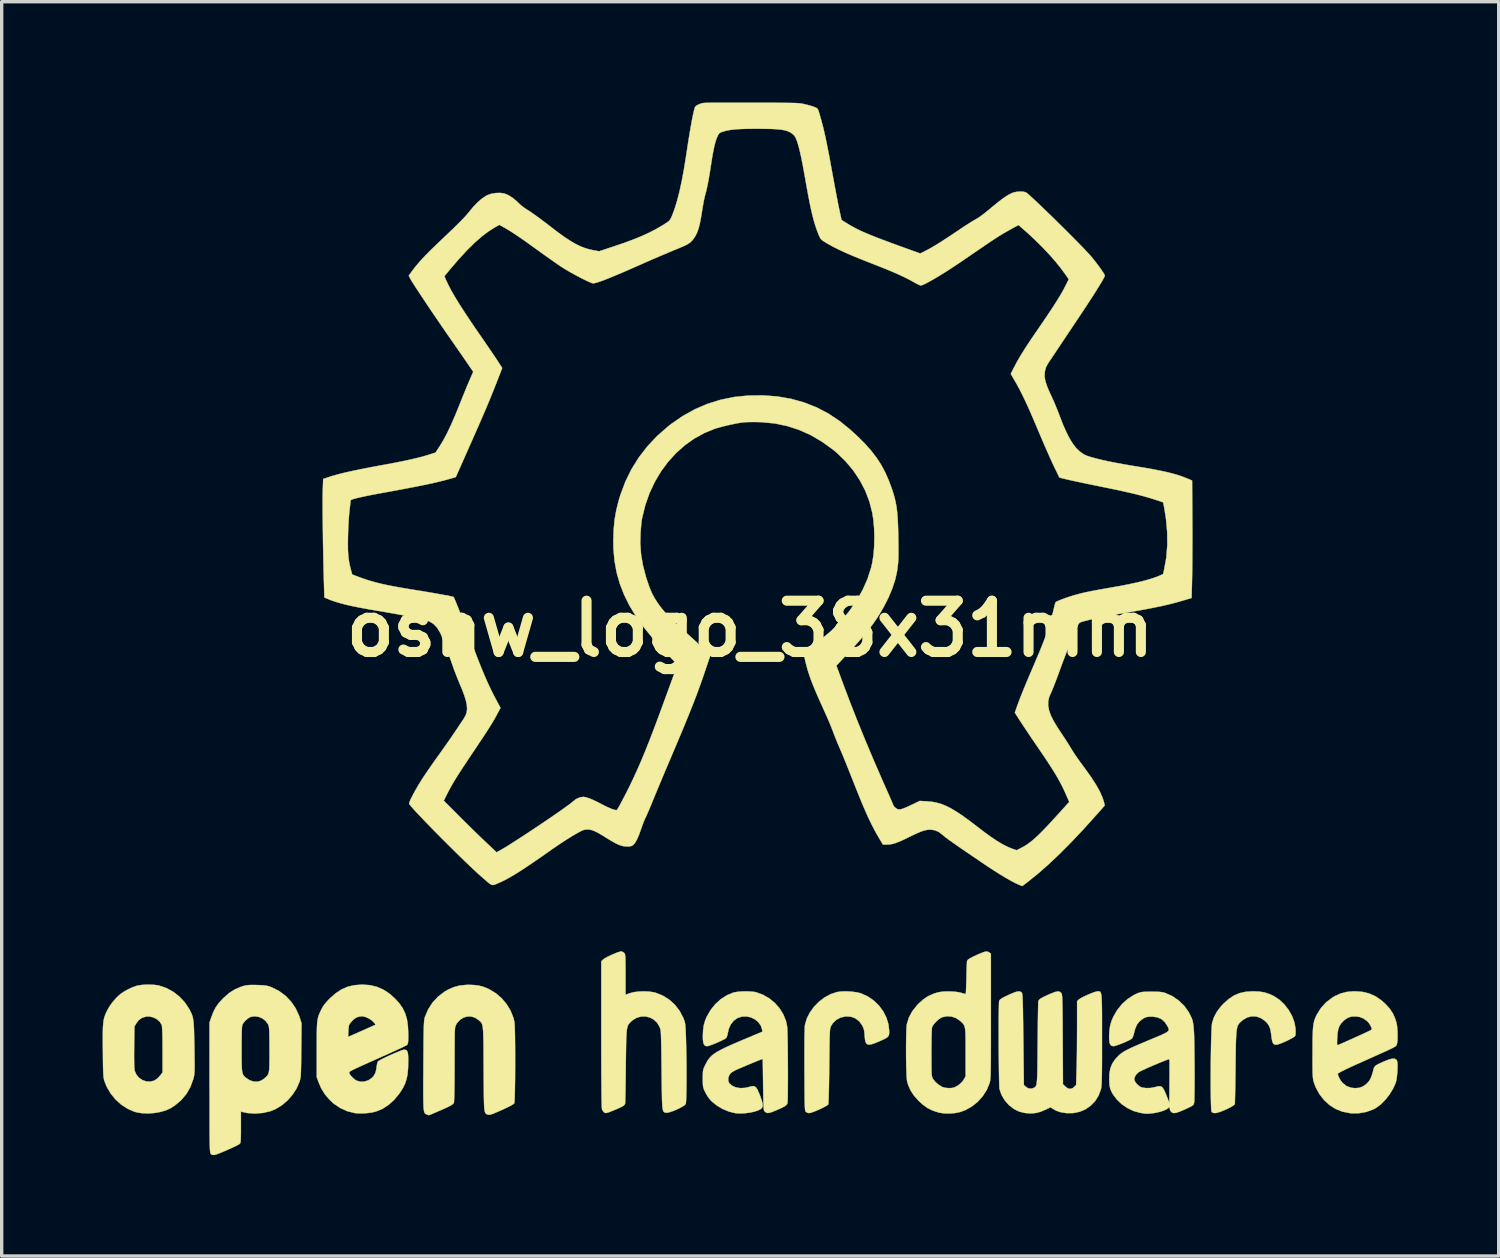
<source format=kicad_pcb>
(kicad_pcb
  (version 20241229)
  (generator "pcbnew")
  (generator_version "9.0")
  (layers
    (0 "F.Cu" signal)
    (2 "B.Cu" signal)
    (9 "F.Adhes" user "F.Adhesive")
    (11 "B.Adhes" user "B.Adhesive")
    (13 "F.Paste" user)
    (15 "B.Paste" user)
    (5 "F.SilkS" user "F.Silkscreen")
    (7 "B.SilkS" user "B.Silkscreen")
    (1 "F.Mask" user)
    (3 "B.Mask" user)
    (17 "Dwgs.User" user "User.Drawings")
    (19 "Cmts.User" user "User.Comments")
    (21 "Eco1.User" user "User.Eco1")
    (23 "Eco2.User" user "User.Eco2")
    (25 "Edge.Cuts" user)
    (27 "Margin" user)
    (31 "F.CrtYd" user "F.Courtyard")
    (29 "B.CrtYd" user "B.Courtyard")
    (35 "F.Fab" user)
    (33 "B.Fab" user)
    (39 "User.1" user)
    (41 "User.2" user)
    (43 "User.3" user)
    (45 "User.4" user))
  (footprint "oshw_logo_38x31mm"
    (layer "F.Cu")
    (at 19.243 15.636)
    (property "Reference" "oshw_logo_38x31mm" (at 0 0 0) (layer "F.SilkS") (effects (font (size 1.524 1.524) (thickness 0.3))))
    (attr through_hole)
    (fp_poly (pts (xy 15.133 10.782) (xy 15.288 10.807) (xy 15.433 10.855) (xy 15.562 10.915) (xy 15.726 11.023) (xy 15.874 11.162) (xy 16.001 11.325) (xy 16.103 11.505) (xy 16.173 11.692) (xy 16.208 11.881) (xy 16.209 11.898) (xy 16.211 11.989) (xy 16.206 12.062) (xy 16.196 12.101) (xy 16.167 12.127) (xy 16.109 12.163) (xy 16.029 12.205) (xy 15.937 12.25) (xy 15.843 12.292) (xy 15.755 12.328) (xy 15.684 12.352) (xy 15.637 12.361) (xy 15.637 12.361) (xy 15.59 12.357) (xy 15.556 12.338) (xy 15.53 12.301) (xy 15.511 12.237) (xy 15.495 12.143) (xy 15.482 12.034) (xy 15.46 11.902) (xy 15.42 11.798) (xy 15.356 11.709) (xy 15.299 11.653) (xy 15.176 11.568) (xy 15.044 11.522) (xy 14.908 11.516) (xy 14.773 11.55) (xy 14.645 11.623) (xy 14.578 11.68) (xy 14.548 11.71) (xy 14.523 11.739) (xy 14.502 11.772) (xy 14.484 11.811) (xy 14.47 11.862) (xy 14.459 11.926) (xy 14.45 12.008) (xy 14.443 12.111) (xy 14.437 12.239) (xy 14.433 12.396) (xy 14.43 12.584) (xy 14.427 12.809) (xy 14.425 13.028) (xy 14.422 13.237) (xy 14.419 13.433) (xy 14.417 13.613) (xy 14.413 13.773) (xy 14.41 13.908) (xy 14.407 14.014) (xy 14.405 14.087) (xy 14.402 14.122) (xy 14.402 14.124) (xy 14.376 14.154) (xy 14.318 14.194) (xy 14.238 14.238) (xy 14.144 14.283) (xy 14.046 14.325) (xy 13.951 14.361) (xy 13.87 14.385) (xy 13.81 14.393) (xy 13.753 14.383) (xy 13.713 14.358) (xy 13.707 14.329) (xy 13.701 14.262) (xy 13.697 14.162) (xy 13.693 14.033) (xy 13.69 13.88) (xy 13.688 13.707) (xy 13.687 13.519) (xy 13.687 13.32) (xy 13.688 13.114) (xy 13.689 12.907) (xy 13.692 12.703) (xy 13.695 12.505) (xy 13.698 12.32) (xy 13.703 12.15) (xy 13.708 12.002) (xy 13.713 11.878) (xy 13.72 11.785) (xy 13.727 11.725) (xy 13.728 11.716) (xy 13.785 11.541) (xy 13.87 11.381) (xy 13.988 11.226) (xy 14.065 11.143) (xy 14.222 11.002) (xy 14.379 10.898) (xy 14.544 10.828) (xy 14.726 10.788) (xy 14.935 10.774) (xy 14.954 10.774) (xy 15.133 10.782)) (stroke (width 0.01) (type solid)) (fill yes) (layer "F.SilkS"))
    (fp_poly (pts (xy 2.999 10.782) (xy 3.145 10.8) (xy 3.269 10.827) (xy 3.301 10.838) (xy 3.498 10.928) (xy 3.675 11.05) (xy 3.829 11.199) (xy 3.955 11.37) (xy 4.05 11.557) (xy 4.11 11.756) (xy 4.131 11.937) (xy 4.131 12.01) (xy 4.125 12.066) (xy 4.105 12.11) (xy 4.066 12.147) (xy 4.004 12.184) (xy 3.911 12.228) (xy 3.828 12.264) (xy 3.694 12.319) (xy 3.593 12.351) (xy 3.518 12.358) (xy 3.467 12.338) (xy 3.434 12.29) (xy 3.414 12.211) (xy 3.403 12.099) (xy 3.402 12.083) (xy 3.393 11.979) (xy 3.379 11.902) (xy 3.354 11.834) (xy 3.331 11.788) (xy 3.243 11.667) (xy 3.133 11.58) (xy 3.004 11.53) (xy 2.858 11.519) (xy 2.837 11.52) (xy 2.689 11.553) (xy 2.561 11.62) (xy 2.458 11.72) (xy 2.408 11.798) (xy 2.398 11.818) (xy 2.389 11.84) (xy 2.382 11.867) (xy 2.376 11.902) (xy 2.371 11.949) (xy 2.367 12.013) (xy 2.364 12.096) (xy 2.361 12.202) (xy 2.358 12.336) (xy 2.356 12.499) (xy 2.354 12.697) (xy 2.351 12.933) (xy 2.351 12.996) (xy 2.348 13.21) (xy 2.345 13.411) (xy 2.342 13.595) (xy 2.338 13.759) (xy 2.334 13.899) (xy 2.33 14.01) (xy 2.327 14.088) (xy 2.323 14.129) (xy 2.321 14.135) (xy 2.29 14.161) (xy 2.228 14.198) (xy 2.145 14.241) (xy 2.05 14.286) (xy 1.954 14.327) (xy 1.865 14.362) (xy 1.792 14.385) (xy 1.748 14.393) (xy 1.696 14.38) (xy 1.662 14.36) (xy 1.653 14.352) (xy 1.645 14.341) (xy 1.639 14.324) (xy 1.633 14.296) (xy 1.629 14.256) (xy 1.625 14.199) (xy 1.623 14.122) (xy 1.62 14.022) (xy 1.619 13.896) (xy 1.617 13.74) (xy 1.616 13.551) (xy 1.615 13.326) (xy 1.613 13.109) (xy 1.613 12.831) (xy 1.613 12.581) (xy 1.613 12.359) (xy 1.615 12.169) (xy 1.618 12.012) (xy 1.621 11.892) (xy 1.625 11.809) (xy 1.629 11.771) (xy 1.683 11.585) (xy 1.774 11.404) (xy 1.896 11.236) (xy 2.043 11.085) (xy 2.209 10.958) (xy 2.39 10.859) (xy 2.578 10.796) (xy 2.585 10.795) (xy 2.704 10.779) (xy 2.846 10.775) (xy 2.999 10.782)) (stroke (width 0.01) (type solid)) (fill yes) (layer "F.SilkS"))
    (fp_poly (pts (xy -17.697 10.583) (xy -17.587 10.598) (xy -17.568 10.602) (xy -17.351 10.676) (xy -17.148 10.786) (xy -16.963 10.93) (xy -16.802 11.101) (xy -16.671 11.297) (xy -16.646 11.345) (xy -16.617 11.404) (xy -16.593 11.459) (xy -16.574 11.515) (xy -16.559 11.577) (xy -16.547 11.649) (xy -16.538 11.737) (xy -16.531 11.845) (xy -16.526 11.978) (xy -16.522 12.142) (xy -16.518 12.34) (xy -16.516 12.446) (xy -16.513 12.648) (xy -16.511 12.813) (xy -16.51 12.945) (xy -16.51 13.05) (xy -16.512 13.133) (xy -16.516 13.198) (xy -16.521 13.25) (xy -16.528 13.295) (xy -16.538 13.338) (xy -16.549 13.383) (xy -16.551 13.388) (xy -16.635 13.617) (xy -16.754 13.824) (xy -16.908 14.007) (xy -17.097 14.166) (xy -17.23 14.251) (xy -17.365 14.312) (xy -17.529 14.359) (xy -17.709 14.39) (xy -17.895 14.403) (xy -18.073 14.395) (xy -18.076 14.395) (xy -18.165 14.382) (xy -18.25 14.365) (xy -18.299 14.352) (xy -18.5 14.265) (xy -18.689 14.142) (xy -18.859 13.989) (xy -19.004 13.811) (xy -19.12 13.613) (xy -19.182 13.462) (xy -19.194 13.424) (xy -19.204 13.387) (xy -19.212 13.345) (xy -19.218 13.293) (xy -19.223 13.227) (xy -19.227 13.142) (xy -19.23 13.034) (xy -19.232 12.897) (xy -19.234 12.727) (xy -19.235 12.651) (xy -18.308 12.651) (xy -18.307 12.827) (xy -18.305 12.963) (xy -18.3 13.062) (xy -18.292 13.126) (xy -18.289 13.139) (xy -18.24 13.251) (xy -18.162 13.343) (xy -18.063 13.41) (xy -17.951 13.45) (xy -17.835 13.458) (xy -17.722 13.432) (xy -17.686 13.414) (xy -17.622 13.368) (xy -17.557 13.305) (xy -17.532 13.275) (xy -17.462 13.184) (xy -17.462 12.509) (xy -17.463 12.303) (xy -17.465 12.127) (xy -17.469 11.983) (xy -17.474 11.874) (xy -17.48 11.803) (xy -17.485 11.775) (xy -17.542 11.681) (xy -17.629 11.603) (xy -17.737 11.548) (xy -17.855 11.521) (xy -17.944 11.523) (xy -18.068 11.559) (xy -18.169 11.63) (xy -18.24 11.722) (xy -18.298 11.82) (xy -18.306 12.435) (xy -18.308 12.651) (xy -19.235 12.651) (xy -19.236 12.536) (xy -19.238 12.314) (xy -19.238 12.13) (xy -19.237 11.978) (xy -19.234 11.854) (xy -19.227 11.751) (xy -19.218 11.666) (xy -19.204 11.593) (xy -19.186 11.528) (xy -19.163 11.465) (xy -19.134 11.399) (xy -19.103 11.334) (xy -19.031 11.21) (xy -18.935 11.08) (xy -18.825 10.956) (xy -18.714 10.855) (xy -18.701 10.845) (xy -18.598 10.776) (xy -18.475 10.709) (xy -18.347 10.651) (xy -18.231 10.61) (xy -18.203 10.603) (xy -18.098 10.586) (xy -17.968 10.577) (xy -17.829 10.576) (xy -17.697 10.583)) (stroke (width 0.01) (type solid)) (fill yes) (layer "F.SilkS"))
    (fp_poly (pts (xy 7.053 9.594) (xy 7.095 9.613) (xy 7.107 9.621) (xy 7.154 9.654) (xy 7.154 11.514) (xy 7.154 11.837) (xy 7.154 12.121) (xy 7.154 12.369) (xy 7.153 12.582) (xy 7.153 12.765) (xy 7.152 12.919) (xy 7.15 13.047) (xy 7.148 13.153) (xy 7.146 13.239) (xy 7.143 13.308) (xy 7.139 13.362) (xy 7.135 13.405) (xy 7.13 13.44) (xy 7.124 13.468) (xy 7.117 13.493) (xy 7.113 13.508) (xy 7.03 13.707) (xy 6.911 13.891) (xy 6.763 14.056) (xy 6.59 14.195) (xy 6.399 14.302) (xy 6.246 14.359) (xy 6.095 14.391) (xy 5.927 14.405) (xy 5.761 14.401) (xy 5.614 14.379) (xy 5.596 14.374) (xy 5.42 14.316) (xy 5.269 14.241) (xy 5.129 14.14) (xy 5.004 14.025) (xy 4.868 13.872) (xy 4.767 13.718) (xy 4.694 13.552) (xy 4.667 13.461) (xy 4.659 13.408) (xy 4.652 13.319) (xy 4.646 13.201) (xy 4.641 13.059) (xy 4.637 12.899) (xy 4.635 12.729) (xy 4.634 12.605) (xy 5.387 12.605) (xy 5.387 12.795) (xy 5.387 12.948) (xy 5.388 13.068) (xy 5.39 13.159) (xy 5.393 13.228) (xy 5.398 13.278) (xy 5.405 13.314) (xy 5.413 13.34) (xy 5.424 13.362) (xy 5.436 13.382) (xy 5.507 13.47) (xy 5.603 13.552) (xy 5.706 13.615) (xy 5.718 13.62) (xy 5.8 13.642) (xy 5.901 13.651) (xy 6 13.646) (xy 6.068 13.63) (xy 6.186 13.567) (xy 6.288 13.478) (xy 6.346 13.4) (xy 6.403 13.303) (xy 6.403 12.584) (xy 6.403 12.381) (xy 6.402 12.215) (xy 6.4 12.083) (xy 6.396 11.979) (xy 6.389 11.898) (xy 6.377 11.836) (xy 6.361 11.789) (xy 6.339 11.75) (xy 6.311 11.717) (xy 6.275 11.683) (xy 6.236 11.648) (xy 6.118 11.569) (xy 5.986 11.524) (xy 5.849 11.514) (xy 5.717 11.541) (xy 5.683 11.554) (xy 5.613 11.598) (xy 5.539 11.662) (xy 5.471 11.735) (xy 5.421 11.806) (xy 5.404 11.847) (xy 5.4 11.882) (xy 5.396 11.954) (xy 5.393 12.057) (xy 5.39 12.186) (xy 5.388 12.335) (xy 5.387 12.5) (xy 5.387 12.605) (xy 4.634 12.605) (xy 4.634 12.554) (xy 4.634 12.381) (xy 4.636 12.215) (xy 4.639 12.064) (xy 4.643 11.933) (xy 4.649 11.829) (xy 4.656 11.758) (xy 4.659 11.743) (xy 4.72 11.547) (xy 4.822 11.361) (xy 4.964 11.183) (xy 5.004 11.142) (xy 5.148 11.013) (xy 5.292 10.916) (xy 5.448 10.846) (xy 5.588 10.803) (xy 5.695 10.786) (xy 5.826 10.777) (xy 5.968 10.779) (xy 6.105 10.788) (xy 6.225 10.807) (xy 6.294 10.825) (xy 6.354 10.844) (xy 6.396 10.852) (xy 6.407 10.851) (xy 6.41 10.828) (xy 6.414 10.769) (xy 6.418 10.679) (xy 6.422 10.567) (xy 6.426 10.436) (xy 6.427 10.379) (xy 6.431 10.241) (xy 6.434 10.115) (xy 6.438 10.008) (xy 6.442 9.928) (xy 6.445 9.88) (xy 6.446 9.872) (xy 6.467 9.84) (xy 6.521 9.8) (xy 6.61 9.752) (xy 6.735 9.693) (xy 6.852 9.643) (xy 6.942 9.608) (xy 7.005 9.592) (xy 7.053 9.594)) (stroke (width 0.01) (type solid)) (fill yes) (layer "F.SilkS"))
    (fp_poly (pts (xy -14.701 10.586) (xy -14.643 10.588) (xy -14.522 10.592) (xy -14.431 10.599) (xy -14.36 10.61) (xy -14.298 10.626) (xy -14.233 10.649) (xy -14.213 10.657) (xy -13.998 10.766) (xy -13.805 10.91) (xy -13.64 11.083) (xy -13.505 11.282) (xy -13.403 11.504) (xy -13.387 11.551) (xy -13.332 11.723) (xy -13.34 12.524) (xy -13.342 12.731) (xy -13.344 12.9) (xy -13.347 13.036) (xy -13.35 13.144) (xy -13.353 13.229) (xy -13.358 13.295) (xy -13.365 13.347) (xy -13.373 13.389) (xy -13.382 13.427) (xy -13.394 13.462) (xy -13.479 13.66) (xy -13.598 13.845) (xy -13.745 14.013) (xy -13.912 14.156) (xy -14.094 14.268) (xy -14.263 14.338) (xy -14.484 14.388) (xy -14.712 14.406) (xy -14.936 14.391) (xy -15.087 14.359) (xy -15.134 14.346) (xy -15.134 14.811) (xy -15.134 14.964) (xy -15.136 15.081) (xy -15.138 15.166) (xy -15.142 15.226) (xy -15.148 15.265) (xy -15.157 15.29) (xy -15.169 15.305) (xy -15.171 15.307) (xy -15.209 15.331) (xy -15.278 15.367) (xy -15.369 15.411) (xy -15.474 15.459) (xy -15.585 15.508) (xy -15.693 15.554) (xy -15.789 15.593) (xy -15.866 15.621) (xy -15.914 15.636) (xy -15.917 15.636) (xy -15.981 15.636) (xy -16.025 15.61) (xy -16.029 15.606) (xy -16.035 15.597) (xy -16.04 15.583) (xy -16.045 15.562) (xy -16.049 15.53) (xy -16.053 15.486) (xy -16.056 15.427) (xy -16.059 15.35) (xy -16.061 15.253) (xy -16.062 15.133) (xy -16.063 14.987) (xy -16.064 14.813) (xy -16.065 14.608) (xy -16.065 14.369) (xy -16.065 14.095) (xy -16.065 13.782) (xy -16.066 13.633) (xy -16.066 12.488) (xy -15.113 12.488) (xy -15.113 12.686) (xy -15.112 12.846) (xy -15.11 12.973) (xy -15.105 13.071) (xy -15.098 13.147) (xy -15.087 13.203) (xy -15.072 13.246) (xy -15.051 13.279) (xy -15.025 13.308) (xy -14.992 13.337) (xy -14.981 13.346) (xy -14.869 13.419) (xy -14.75 13.457) (xy -14.633 13.459) (xy -14.535 13.428) (xy -14.471 13.389) (xy -14.41 13.34) (xy -14.407 13.338) (xy -14.374 13.306) (xy -14.347 13.276) (xy -14.326 13.243) (xy -14.31 13.201) (xy -14.299 13.147) (xy -14.291 13.076) (xy -14.287 12.981) (xy -14.285 12.86) (xy -14.284 12.706) (xy -14.285 12.516) (xy -14.285 12.495) (xy -14.285 12.308) (xy -14.287 12.159) (xy -14.288 12.043) (xy -14.291 11.954) (xy -14.295 11.887) (xy -14.301 11.839) (xy -14.308 11.802) (xy -14.318 11.774) (xy -14.329 11.748) (xy -14.401 11.651) (xy -14.498 11.577) (xy -14.611 11.531) (xy -14.731 11.515) (xy -14.846 11.535) (xy -14.852 11.537) (xy -14.92 11.576) (xy -14.992 11.637) (xy -15.055 11.708) (xy -15.083 11.752) (xy -15.092 11.776) (xy -15.099 11.815) (xy -15.104 11.873) (xy -15.108 11.955) (xy -15.111 12.064) (xy -15.112 12.205) (xy -15.113 12.382) (xy -15.113 12.488) (xy -16.066 12.488) (xy -16.066 11.702) (xy -16.011 11.54) (xy -15.95 11.38) (xy -15.878 11.244) (xy -15.787 11.118) (xy -15.667 10.987) (xy -15.654 10.974) (xy -15.483 10.824) (xy -15.305 10.712) (xy -15.112 10.632) (xy -15.056 10.615) (xy -14.986 10.599) (xy -14.911 10.589) (xy -14.82 10.585) (xy -14.701 10.586)) (stroke (width 0.01) (type solid)) (fill yes) (layer "F.SilkS"))
    (fp_poly (pts (xy -8.201 10.587) (xy -8.065 10.604) (xy -7.94 10.636) (xy -7.812 10.686) (xy -7.753 10.714) (xy -7.559 10.831) (xy -7.386 10.979) (xy -7.239 11.153) (xy -7.121 11.347) (xy -7.037 11.555) (xy -7.006 11.682) (xy -7.001 11.731) (xy -6.996 11.816) (xy -6.993 11.931) (xy -6.989 12.071) (xy -6.987 12.233) (xy -6.985 12.41) (xy -6.984 12.6) (xy -6.984 12.796) (xy -6.984 12.994) (xy -6.985 13.19) (xy -6.986 13.379) (xy -6.989 13.555) (xy -6.992 13.715) (xy -6.995 13.854) (xy -6.999 13.967) (xy -7.004 14.049) (xy -7.009 14.095) (xy -7.011 14.103) (xy -7.048 14.133) (xy -7.122 14.176) (xy -7.231 14.231) (xy -7.373 14.297) (xy -7.546 14.372) (xy -7.55 14.374) (xy -7.646 14.413) (xy -7.712 14.435) (xy -7.758 14.443) (xy -7.793 14.438) (xy -7.798 14.437) (xy -7.821 14.428) (xy -7.841 14.418) (xy -7.858 14.404) (xy -7.872 14.383) (xy -7.884 14.352) (xy -7.893 14.307) (xy -7.901 14.245) (xy -7.906 14.163) (xy -7.91 14.058) (xy -7.913 13.927) (xy -7.916 13.767) (xy -7.917 13.573) (xy -7.919 13.344) (xy -7.92 13.076) (xy -7.92 13.07) (xy -7.922 12.803) (xy -7.923 12.574) (xy -7.924 12.382) (xy -7.927 12.221) (xy -7.93 12.089) (xy -7.934 11.983) (xy -7.94 11.899) (xy -7.947 11.833) (xy -7.957 11.783) (xy -7.969 11.745) (xy -7.984 11.715) (xy -8.002 11.691) (xy -8.024 11.669) (xy -8.049 11.645) (xy -8.057 11.637) (xy -8.165 11.562) (xy -8.282 11.523) (xy -8.402 11.521) (xy -8.518 11.554) (xy -8.624 11.621) (xy -8.712 11.719) (xy -8.744 11.773) (xy -8.753 11.793) (xy -8.76 11.815) (xy -8.767 11.844) (xy -8.772 11.884) (xy -8.776 11.938) (xy -8.779 12.01) (xy -8.781 12.104) (xy -8.782 12.222) (xy -8.783 12.369) (xy -8.784 12.549) (xy -8.784 12.764) (xy -8.784 12.941) (xy -8.785 13.177) (xy -8.786 13.392) (xy -8.788 13.584) (xy -8.79 13.75) (xy -8.793 13.887) (xy -8.797 13.99) (xy -8.801 14.057) (xy -8.804 14.084) (xy -8.831 14.121) (xy -8.886 14.161) (xy -8.976 14.207) (xy -8.99 14.214) (xy -9.073 14.252) (xy -9.169 14.295) (xy -9.268 14.338) (xy -9.363 14.379) (xy -9.446 14.415) (xy -9.509 14.441) (xy -9.545 14.454) (xy -9.55 14.455) (xy -9.573 14.448) (xy -9.603 14.435) (xy -9.626 14.426) (xy -9.645 14.417) (xy -9.662 14.403) (xy -9.676 14.383) (xy -9.687 14.353) (xy -9.696 14.311) (xy -9.703 14.252) (xy -9.708 14.174) (xy -9.711 14.074) (xy -9.713 13.948) (xy -9.714 13.794) (xy -9.714 13.609) (xy -9.713 13.389) (xy -9.711 13.132) (xy -9.711 12.982) (xy -9.709 12.71) (xy -9.707 12.476) (xy -9.706 12.278) (xy -9.704 12.113) (xy -9.702 11.976) (xy -9.699 11.865) (xy -9.696 11.776) (xy -9.692 11.706) (xy -9.688 11.651) (xy -9.682 11.609) (xy -9.676 11.576) (xy -9.668 11.548) (xy -9.665 11.536) (xy -9.568 11.31) (xy -9.438 11.108) (xy -9.275 10.932) (xy -9.083 10.785) (xy -8.977 10.724) (xy -8.806 10.649) (xy -8.633 10.603) (xy -8.442 10.583) (xy -8.364 10.581) (xy -8.201 10.587)) (stroke (width 0.01) (type solid)) (fill yes) (layer "F.SilkS"))
    (fp_poly (pts (xy -3.785 9.603) (xy -3.747 9.631) (xy -3.734 9.645) (xy -3.724 9.663) (xy -3.717 9.691) (xy -3.712 9.732) (xy -3.708 9.792) (xy -3.706 9.876) (xy -3.705 9.989) (xy -3.704 10.135) (xy -3.704 10.275) (xy -3.704 10.876) (xy -3.582 10.832) (xy -3.458 10.799) (xy -3.308 10.78) (xy -3.146 10.775) (xy -2.988 10.783) (xy -2.849 10.806) (xy -2.81 10.816) (xy -2.595 10.902) (xy -2.402 11.024) (xy -2.234 11.177) (xy -2.094 11.359) (xy -1.985 11.568) (xy -1.973 11.599) (xy -1.958 11.639) (xy -1.946 11.677) (xy -1.936 11.718) (xy -1.929 11.769) (xy -1.923 11.833) (xy -1.917 11.916) (xy -1.913 12.024) (xy -1.908 12.162) (xy -1.904 12.335) (xy -1.901 12.414) (xy -1.897 12.604) (xy -1.894 12.801) (xy -1.892 13.001) (xy -1.891 13.199) (xy -1.892 13.39) (xy -1.893 13.569) (xy -1.895 13.731) (xy -1.898 13.871) (xy -1.902 13.985) (xy -1.907 14.068) (xy -1.913 14.115) (xy -1.915 14.12) (xy -1.945 14.154) (xy -2.006 14.196) (xy -2.089 14.241) (xy -2.184 14.287) (xy -2.282 14.328) (xy -2.374 14.36) (xy -2.45 14.379) (xy -2.502 14.382) (xy -2.502 14.382) (xy -2.527 14.376) (xy -2.547 14.369) (xy -2.565 14.356) (xy -2.579 14.336) (xy -2.591 14.304) (xy -2.601 14.257) (xy -2.608 14.192) (xy -2.614 14.106) (xy -2.619 13.995) (xy -2.622 13.857) (xy -2.625 13.688) (xy -2.628 13.484) (xy -2.631 13.243) (xy -2.632 13.107) (xy -2.635 12.854) (xy -2.638 12.641) (xy -2.64 12.462) (xy -2.643 12.315) (xy -2.646 12.196) (xy -2.649 12.101) (xy -2.652 12.027) (xy -2.657 11.97) (xy -2.662 11.927) (xy -2.669 11.894) (xy -2.677 11.867) (xy -2.686 11.843) (xy -2.691 11.831) (xy -2.764 11.708) (xy -2.863 11.615) (xy -2.98 11.552) (xy -3.108 11.521) (xy -3.241 11.523) (xy -3.371 11.559) (xy -3.493 11.632) (xy -3.535 11.669) (xy -3.567 11.7) (xy -3.593 11.729) (xy -3.616 11.759) (xy -3.634 11.795) (xy -3.649 11.839) (xy -3.661 11.896) (xy -3.67 11.969) (xy -3.677 12.062) (xy -3.682 12.178) (xy -3.686 12.322) (xy -3.689 12.496) (xy -3.692 12.705) (xy -3.695 12.952) (xy -3.695 12.989) (xy -3.698 13.2) (xy -3.7 13.399) (xy -3.703 13.582) (xy -3.706 13.745) (xy -3.709 13.883) (xy -3.711 13.993) (xy -3.714 14.069) (xy -3.716 14.109) (xy -3.716 14.113) (xy -3.73 14.141) (xy -3.76 14.171) (xy -3.814 14.204) (xy -3.896 14.243) (xy -4.01 14.292) (xy -4.078 14.32) (xy -4.173 14.358) (xy -4.237 14.38) (xy -4.28 14.39) (xy -4.31 14.387) (xy -4.335 14.374) (xy -4.345 14.367) (xy -4.378 14.328) (xy -4.402 14.281) (xy -4.406 14.249) (xy -4.41 14.176) (xy -4.413 14.062) (xy -4.416 13.908) (xy -4.418 13.712) (xy -4.42 13.474) (xy -4.422 13.196) (xy -4.423 12.875) (xy -4.424 12.512) (xy -4.424 12.108) (xy -4.424 12.051) (xy -4.424 9.881) (xy -4.364 9.825) (xy -4.319 9.793) (xy -4.247 9.753) (xy -4.158 9.71) (xy -4.063 9.667) (xy -3.971 9.629) (xy -3.893 9.602) (xy -3.84 9.589) (xy -3.833 9.588) (xy -3.785 9.603)) (stroke (width 0.01) (type solid)) (fill yes) (layer "F.SilkS"))
    (fp_poly (pts (xy -11.305 10.59) (xy -11.093 10.64) (xy -10.896 10.727) (xy -10.708 10.852) (xy -10.55 10.994) (xy -10.421 11.137) (xy -10.322 11.282) (xy -10.249 11.437) (xy -10.199 11.609) (xy -10.171 11.805) (xy -10.16 12.033) (xy -10.16 12.056) (xy -10.161 12.173) (xy -10.164 12.254) (xy -10.169 12.308) (xy -10.179 12.342) (xy -10.193 12.363) (xy -10.197 12.367) (xy -10.225 12.383) (xy -10.286 12.414) (xy -10.377 12.458) (xy -10.493 12.512) (xy -10.629 12.574) (xy -10.78 12.643) (xy -10.922 12.706) (xy -11.143 12.805) (xy -11.329 12.888) (xy -11.482 12.957) (xy -11.606 13.013) (xy -11.704 13.058) (xy -11.778 13.093) (xy -11.833 13.121) (xy -11.871 13.142) (xy -11.895 13.157) (xy -11.908 13.17) (xy -11.914 13.18) (xy -11.916 13.19) (xy -11.916 13.192) (xy -11.901 13.234) (xy -11.861 13.289) (xy -11.805 13.348) (xy -11.744 13.399) (xy -11.696 13.428) (xy -11.582 13.46) (xy -11.461 13.456) (xy -11.343 13.417) (xy -11.242 13.348) (xy -11.18 13.278) (xy -11.138 13.199) (xy -11.111 13.097) (xy -11.101 13.022) (xy -11.089 12.948) (xy -11.074 12.887) (xy -11.062 12.859) (xy -11.033 12.838) (xy -10.973 12.804) (xy -10.889 12.762) (xy -10.789 12.714) (xy -10.681 12.664) (xy -10.572 12.616) (xy -10.47 12.573) (xy -10.383 12.539) (xy -10.319 12.516) (xy -10.287 12.509) (xy -10.24 12.515) (xy -10.205 12.533) (xy -10.183 12.572) (xy -10.169 12.635) (xy -10.162 12.729) (xy -10.161 12.86) (xy -10.161 12.86) (xy -10.166 13.066) (xy -10.182 13.239) (xy -10.212 13.388) (xy -10.258 13.524) (xy -10.323 13.654) (xy -10.409 13.788) (xy -10.425 13.811) (xy -10.578 13.996) (xy -10.747 14.149) (xy -10.929 14.267) (xy -11.119 14.346) (xy -11.134 14.35) (xy -11.263 14.378) (xy -11.415 14.396) (xy -11.569 14.403) (xy -11.708 14.397) (xy -11.748 14.392) (xy -11.971 14.337) (xy -12.182 14.242) (xy -12.376 14.111) (xy -12.497 13.999) (xy -12.637 13.835) (xy -12.745 13.661) (xy -12.823 13.48) (xy -12.88 13.324) (xy -12.88 12.499) (xy -12.879 12.28) (xy -12.879 12.099) (xy -12.879 12.091) (xy -11.947 12.091) (xy -11.947 12.125) (xy -11.946 12.129) (xy -11.927 12.12) (xy -11.875 12.098) (xy -11.799 12.064) (xy -11.703 12.022) (xy -11.639 11.993) (xy -11.525 11.943) (xy -11.416 11.894) (xy -11.322 11.852) (xy -11.253 11.821) (xy -11.233 11.812) (xy -11.131 11.765) (xy -11.181 11.698) (xy -11.244 11.638) (xy -11.33 11.582) (xy -11.425 11.539) (xy -11.513 11.516) (xy -11.537 11.515) (xy -11.613 11.524) (xy -11.688 11.545) (xy -11.688 11.545) (xy -11.751 11.583) (xy -11.818 11.641) (xy -11.877 11.707) (xy -11.917 11.769) (xy -11.926 11.795) (xy -11.931 11.831) (xy -11.936 11.89) (xy -11.941 11.962) (xy -11.945 12.033) (xy -11.947 12.091) (xy -12.879 12.091) (xy -12.877 11.951) (xy -12.874 11.83) (xy -12.868 11.732) (xy -12.86 11.652) (xy -12.849 11.585) (xy -12.834 11.526) (xy -12.814 11.47) (xy -12.79 11.413) (xy -12.76 11.349) (xy -12.748 11.325) (xy -12.702 11.237) (xy -12.647 11.157) (xy -12.575 11.073) (xy -12.491 10.985) (xy -12.317 10.832) (xy -12.143 10.717) (xy -11.96 10.638) (xy -11.763 10.592) (xy -11.543 10.575) (xy -11.536 10.575) (xy -11.305 10.59)) (stroke (width 0.01) (type solid)) (fill yes) (layer "F.SilkS"))
    (fp_poly (pts (xy 18.198 10.79) (xy 18.401 10.84) (xy 18.589 10.925) (xy 18.767 11.049) (xy 18.886 11.156) (xy 19.011 11.296) (xy 19.104 11.437) (xy 19.172 11.595) (xy 19.208 11.715) (xy 19.223 11.796) (xy 19.233 11.899) (xy 19.239 12.013) (xy 19.24 12.127) (xy 19.236 12.231) (xy 19.227 12.313) (xy 19.214 12.361) (xy 19.206 12.376) (xy 19.198 12.389) (xy 19.184 12.402) (xy 19.163 12.418) (xy 19.13 12.437) (xy 19.083 12.462) (xy 19.018 12.493) (xy 18.932 12.534) (xy 18.822 12.584) (xy 18.684 12.646) (xy 18.515 12.722) (xy 18.312 12.813) (xy 18.23 12.85) (xy 18.019 12.944) (xy 17.846 13.023) (xy 17.708 13.088) (xy 17.602 13.14) (xy 17.528 13.179) (xy 17.482 13.207) (xy 17.464 13.224) (xy 17.463 13.227) (xy 17.477 13.288) (xy 17.513 13.364) (xy 17.562 13.442) (xy 17.612 13.503) (xy 17.727 13.591) (xy 17.859 13.64) (xy 17.976 13.652) (xy 18.103 13.641) (xy 18.21 13.602) (xy 18.312 13.529) (xy 18.317 13.525) (xy 18.384 13.455) (xy 18.436 13.371) (xy 18.478 13.264) (xy 18.509 13.154) (xy 18.525 13.09) (xy 18.541 13.042) (xy 18.565 13.005) (xy 18.603 12.972) (xy 18.66 12.939) (xy 18.743 12.9) (xy 18.859 12.849) (xy 18.86 12.849) (xy 18.985 12.8) (xy 19.08 12.775) (xy 19.15 12.776) (xy 19.198 12.801) (xy 19.222 12.832) (xy 19.233 12.879) (xy 19.239 12.957) (xy 19.238 13.056) (xy 19.233 13.167) (xy 19.223 13.279) (xy 19.21 13.381) (xy 19.193 13.463) (xy 19.184 13.494) (xy 19.106 13.667) (xy 19.003 13.835) (xy 18.882 13.991) (xy 18.75 14.125) (xy 18.612 14.231) (xy 18.521 14.282) (xy 18.311 14.358) (xy 18.09 14.396) (xy 17.853 14.396) (xy 17.812 14.392) (xy 17.6 14.35) (xy 17.402 14.27) (xy 17.22 14.156) (xy 17.059 14.009) (xy 16.921 13.835) (xy 16.811 13.635) (xy 16.75 13.472) (xy 16.74 13.434) (xy 16.731 13.394) (xy 16.725 13.345) (xy 16.72 13.283) (xy 16.716 13.203) (xy 16.714 13.101) (xy 16.713 12.971) (xy 16.712 12.809) (xy 16.713 12.609) (xy 16.713 12.594) (xy 16.714 12.375) (xy 16.714 12.32) (xy 17.441 12.32) (xy 17.444 12.356) (xy 17.452 12.371) (xy 17.467 12.372) (xy 17.475 12.369) (xy 17.505 12.356) (xy 17.568 12.329) (xy 17.658 12.289) (xy 17.768 12.24) (xy 17.894 12.184) (xy 17.981 12.144) (xy 18.112 12.085) (xy 18.23 12.031) (xy 18.33 11.984) (xy 18.407 11.947) (xy 18.454 11.923) (xy 18.466 11.916) (xy 18.472 11.884) (xy 18.455 11.831) (xy 18.422 11.768) (xy 18.378 11.706) (xy 18.337 11.662) (xy 18.232 11.585) (xy 18.124 11.539) (xy 18.012 11.52) (xy 17.882 11.522) (xy 17.771 11.555) (xy 17.665 11.624) (xy 17.636 11.65) (xy 17.564 11.725) (xy 17.512 11.804) (xy 17.478 11.897) (xy 17.457 12.013) (xy 17.446 12.154) (xy 17.442 12.255) (xy 17.441 12.32) (xy 16.714 12.32) (xy 16.715 12.193) (xy 16.719 12.044) (xy 16.724 11.922) (xy 16.732 11.822) (xy 16.743 11.74) (xy 16.759 11.669) (xy 16.778 11.607) (xy 16.802 11.547) (xy 16.832 11.484) (xy 16.84 11.467) (xy 16.963 11.27) (xy 17.118 11.1) (xy 17.304 10.959) (xy 17.38 10.914) (xy 17.545 10.84) (xy 17.716 10.794) (xy 17.907 10.775) (xy 17.974 10.774) (xy 18.198 10.79)) (stroke (width 0.01) (type solid)) (fill yes) (layer "F.SilkS"))
    (fp_poly (pts (xy 0.016 10.78) (xy 0.129 10.792) (xy 0.18 10.803) (xy 0.383 10.877) (xy 0.57 10.985) (xy 0.736 11.122) (xy 0.876 11.283) (xy 0.987 11.462) (xy 1.065 11.656) (xy 1.101 11.834) (xy 1.105 11.888) (xy 1.108 11.978) (xy 1.112 12.098) (xy 1.114 12.243) (xy 1.117 12.407) (xy 1.119 12.587) (xy 1.12 12.777) (xy 1.121 12.971) (xy 1.122 13.165) (xy 1.122 13.354) (xy 1.121 13.532) (xy 1.12 13.694) (xy 1.119 13.835) (xy 1.117 13.951) (xy 1.114 14.035) (xy 1.11 14.084) (xy 1.11 14.09) (xy 1.096 14.126) (xy 1.066 14.161) (xy 1.016 14.196) (xy 0.939 14.237) (xy 0.831 14.285) (xy 0.756 14.317) (xy 0.654 14.358) (xy 0.58 14.382) (xy 0.528 14.39) (xy 0.489 14.383) (xy 0.453 14.362) (xy 0.443 14.354) (xy 0.431 14.343) (xy 0.421 14.33) (xy 0.412 14.311) (xy 0.406 14.281) (xy 0.401 14.236) (xy 0.397 14.172) (xy 0.394 14.084) (xy 0.391 13.968) (xy 0.389 13.821) (xy 0.386 13.637) (xy 0.385 13.55) (xy 0.375 12.784) (xy 0.33 12.798) (xy 0.292 12.812) (xy 0.223 12.839) (xy 0.131 12.877) (xy 0.024 12.921) (xy -0.089 12.968) (xy -0.2 13.015) (xy -0.302 13.058) (xy -0.386 13.094) (xy -0.444 13.121) (xy -0.449 13.122) (xy -0.549 13.181) (xy -0.613 13.248) (xy -0.645 13.33) (xy -0.65 13.36) (xy -0.651 13.431) (xy -0.632 13.484) (xy -0.612 13.512) (xy -0.531 13.583) (xy -0.422 13.63) (xy -0.294 13.651) (xy -0.155 13.644) (xy -0.051 13.621) (xy 0.03 13.599) (xy 0.092 13.591) (xy 0.14 13.603) (xy 0.181 13.638) (xy 0.22 13.701) (xy 0.262 13.797) (xy 0.298 13.886) (xy 0.343 14.011) (xy 0.368 14.104) (xy 0.373 14.173) (xy 0.359 14.224) (xy 0.326 14.263) (xy 0.318 14.27) (xy 0.237 14.313) (xy 0.125 14.349) (xy -0.008 14.378) (xy -0.149 14.396) (xy -0.29 14.403) (xy -0.418 14.397) (xy -0.446 14.393) (xy -0.633 14.347) (xy -0.819 14.269) (xy -0.993 14.165) (xy -1.142 14.044) (xy -1.197 13.986) (xy -1.248 13.918) (xy -1.303 13.831) (xy -1.341 13.758) (xy -1.37 13.697) (xy -1.388 13.646) (xy -1.4 13.593) (xy -1.405 13.527) (xy -1.407 13.438) (xy -1.408 13.366) (xy -1.407 13.257) (xy -1.404 13.179) (xy -1.397 13.121) (xy -1.383 13.07) (xy -1.359 13.014) (xy -1.328 12.95) (xy -1.288 12.873) (xy -1.247 12.806) (xy -1.199 12.745) (xy -1.143 12.688) (xy -1.074 12.633) (xy -0.989 12.577) (xy -0.883 12.518) (xy -0.754 12.453) (xy -0.597 12.381) (xy -0.408 12.299) (xy -0.185 12.204) (xy -0.13 12.181) (xy 0.364 11.973) (xy 0.352 11.898) (xy 0.314 11.788) (xy 0.241 11.689) (xy 0.142 11.607) (xy 0.024 11.549) (xy -0.104 11.52) (xy -0.25 11.526) (xy -0.379 11.569) (xy -0.489 11.647) (xy -0.576 11.756) (xy -0.638 11.895) (xy -0.667 12.028) (xy -0.683 12.099) (xy -0.709 12.154) (xy -0.719 12.166) (xy -0.758 12.192) (xy -0.826 12.227) (xy -0.912 12.268) (xy -1.008 12.31) (xy -1.103 12.348) (xy -1.186 12.38) (xy -1.249 12.399) (xy -1.276 12.404) (xy -1.33 12.395) (xy -1.367 12.364) (xy -1.391 12.307) (xy -1.403 12.217) (xy -1.406 12.099) (xy -1.398 11.924) (xy -1.376 11.775) (xy -1.336 11.639) (xy -1.288 11.525) (xy -1.176 11.33) (xy -1.038 11.157) (xy -0.877 11.011) (xy -0.701 10.896) (xy -0.514 10.817) (xy -0.472 10.805) (xy -0.374 10.788) (xy -0.249 10.778) (xy -0.115 10.775) (xy 0.016 10.78)) (stroke (width 0.01) (type solid)) (fill yes) (layer "F.SilkS"))
    (fp_poly (pts (xy 10.375 10.775) (xy 10.393 10.782) (xy 10.409 10.796) (xy 10.421 10.82) (xy 10.431 10.858) (xy 10.439 10.913) (xy 10.446 10.987) (xy 10.45 11.084) (xy 10.453 11.206) (xy 10.455 11.356) (xy 10.456 11.538) (xy 10.456 11.754) (xy 10.456 12.007) (xy 10.456 12.213) (xy 10.456 12.493) (xy 10.456 12.733) (xy 10.455 12.938) (xy 10.454 13.11) (xy 10.452 13.253) (xy 10.45 13.369) (xy 10.447 13.463) (xy 10.443 13.536) (xy 10.438 13.594) (xy 10.433 13.638) (xy 10.427 13.672) (xy 10.424 13.684) (xy 10.355 13.871) (xy 10.253 14.035) (xy 10.122 14.171) (xy 9.968 14.279) (xy 9.794 14.353) (xy 9.604 14.392) (xy 9.402 14.394) (xy 9.381 14.391) (xy 9.223 14.365) (xy 9.094 14.321) (xy 8.988 14.261) (xy 8.928 14.218) (xy 8.798 14.282) (xy 8.636 14.351) (xy 8.487 14.39) (xy 8.335 14.402) (xy 8.175 14.391) (xy 7.998 14.349) (xy 7.834 14.268) (xy 7.685 14.15) (xy 7.562 14.008) (xy 7.469 13.851) (xy 7.413 13.687) (xy 7.411 13.678) (xy 7.407 13.638) (xy 7.403 13.562) (xy 7.4 13.452) (xy 7.397 13.315) (xy 7.394 13.155) (xy 7.392 12.976) (xy 7.39 12.783) (xy 7.388 12.58) (xy 7.387 12.373) (xy 7.387 12.166) (xy 7.386 11.963) (xy 7.387 11.769) (xy 7.387 11.589) (xy 7.389 11.428) (xy 7.391 11.29) (xy 7.393 11.179) (xy 7.396 11.101) (xy 7.399 11.059) (xy 7.4 11.056) (xy 7.43 11.017) (xy 7.497 10.971) (xy 7.543 10.947) (xy 7.691 10.876) (xy 7.807 10.825) (xy 7.897 10.792) (xy 7.964 10.777) (xy 8.013 10.778) (xy 8.05 10.793) (xy 8.07 10.811) (xy 8.077 10.822) (xy 8.083 10.843) (xy 8.088 10.875) (xy 8.093 10.923) (xy 8.097 10.989) (xy 8.1 11.075) (xy 8.103 11.186) (xy 8.107 11.324) (xy 8.109 11.493) (xy 8.112 11.694) (xy 8.115 11.932) (xy 8.119 12.201) (xy 8.134 13.555) (xy 8.182 13.603) (xy 8.26 13.655) (xy 8.346 13.667) (xy 8.405 13.652) (xy 8.432 13.641) (xy 8.455 13.63) (xy 8.474 13.615) (xy 8.49 13.594) (xy 8.503 13.563) (xy 8.513 13.519) (xy 8.521 13.458) (xy 8.527 13.377) (xy 8.532 13.273) (xy 8.536 13.143) (xy 8.538 12.983) (xy 8.54 12.79) (xy 8.542 12.56) (xy 8.544 12.335) (xy 8.546 12.113) (xy 8.548 11.901) (xy 8.55 11.705) (xy 8.553 11.528) (xy 8.555 11.375) (xy 8.558 11.249) (xy 8.56 11.155) (xy 8.562 11.096) (xy 8.563 11.079) (xy 8.574 11.046) (xy 8.599 11.015) (xy 8.643 10.982) (xy 8.712 10.944) (xy 8.809 10.898) (xy 8.941 10.841) (xy 8.969 10.829) (xy 9.069 10.792) (xy 9.142 10.777) (xy 9.195 10.785) (xy 9.238 10.814) (xy 9.241 10.818) (xy 9.249 10.829) (xy 9.256 10.843) (xy 9.262 10.864) (xy 9.268 10.896) (xy 9.272 10.94) (xy 9.275 11.002) (xy 9.278 11.082) (xy 9.28 11.186) (xy 9.282 11.315) (xy 9.284 11.474) (xy 9.286 11.665) (xy 9.287 11.892) (xy 9.289 12.157) (xy 9.289 12.198) (xy 9.296 13.534) (xy 9.366 13.604) (xy 9.443 13.66) (xy 9.519 13.674) (xy 9.592 13.646) (xy 9.629 13.615) (xy 9.687 13.557) (xy 9.701 13.104) (xy 9.705 12.972) (xy 9.708 12.806) (xy 9.711 12.616) (xy 9.713 12.41) (xy 9.714 12.198) (xy 9.715 11.988) (xy 9.716 11.86) (xy 9.716 11.068) (xy 9.763 11.021) (xy 9.806 10.99) (xy 9.878 10.95) (xy 9.968 10.906) (xy 10.067 10.862) (xy 10.164 10.823) (xy 10.249 10.792) (xy 10.311 10.776) (xy 10.329 10.774) (xy 10.354 10.774) (xy 10.375 10.775)) (stroke (width 0.01) (type solid)) (fill yes) (layer "F.SilkS"))
    (fp_poly (pts (xy 12.06 10.786) (xy 12.16 10.79) (xy 12.236 10.799) (xy 12.299 10.812) (xy 12.339 10.825) (xy 12.547 10.918) (xy 12.735 11.047) (xy 12.898 11.204) (xy 13.031 11.387) (xy 13.117 11.56) (xy 13.143 11.632) (xy 13.161 11.709) (xy 13.175 11.804) (xy 13.185 11.927) (xy 13.188 11.968) (xy 13.192 12.05) (xy 13.196 12.163) (xy 13.199 12.303) (xy 13.201 12.463) (xy 13.203 12.639) (xy 13.205 12.825) (xy 13.206 13.016) (xy 13.207 13.207) (xy 13.207 13.392) (xy 13.206 13.565) (xy 13.205 13.723) (xy 13.203 13.859) (xy 13.201 13.967) (xy 13.198 14.043) (xy 13.195 14.079) (xy 13.184 14.123) (xy 13.163 14.155) (xy 13.121 14.185) (xy 13.052 14.22) (xy 12.897 14.293) (xy 12.768 14.347) (xy 12.668 14.381) (xy 12.6 14.393) (xy 12.596 14.393) (xy 12.532 14.374) (xy 12.486 14.324) (xy 12.467 14.254) (xy 12.467 14.251) (xy 12.465 14.218) (xy 12.452 14.219) (xy 12.427 14.243) (xy 12.367 14.284) (xy 12.275 14.324) (xy 12.16 14.359) (xy 12.032 14.386) (xy 11.993 14.392) (xy 11.897 14.404) (xy 11.825 14.41) (xy 11.762 14.41) (xy 11.692 14.402) (xy 11.6 14.386) (xy 11.579 14.382) (xy 11.39 14.329) (xy 11.207 14.24) (xy 11.038 14.124) (xy 10.893 13.984) (xy 10.778 13.828) (xy 10.751 13.78) (xy 10.719 13.713) (xy 10.698 13.655) (xy 10.685 13.594) (xy 10.677 13.517) (xy 10.672 13.416) (xy 10.673 13.391) (xy 11.415 13.391) (xy 11.418 13.411) (xy 11.452 13.48) (xy 11.511 13.549) (xy 11.583 13.605) (xy 11.638 13.631) (xy 11.764 13.65) (xy 11.903 13.646) (xy 12.031 13.621) (xy 12.113 13.599) (xy 12.175 13.593) (xy 12.224 13.607) (xy 12.265 13.647) (xy 12.305 13.715) (xy 12.35 13.817) (xy 12.374 13.876) (xy 12.457 14.085) (xy 12.462 13.442) (xy 12.463 13.281) (xy 12.464 13.135) (xy 12.463 13.008) (xy 12.463 12.905) (xy 12.461 12.832) (xy 12.459 12.794) (xy 12.458 12.79) (xy 12.435 12.794) (xy 12.381 12.812) (xy 12.301 12.843) (xy 12.203 12.882) (xy 12.092 12.928) (xy 11.976 12.977) (xy 11.861 13.027) (xy 11.754 13.074) (xy 11.662 13.117) (xy 11.59 13.152) (xy 11.547 13.176) (xy 11.541 13.18) (xy 11.473 13.246) (xy 11.429 13.32) (xy 11.415 13.391) (xy 10.673 13.391) (xy 10.675 13.227) (xy 10.704 13.066) (xy 10.76 12.925) (xy 10.847 12.794) (xy 10.954 12.681) (xy 10.995 12.644) (xy 11.039 12.609) (xy 11.091 12.575) (xy 11.154 12.538) (xy 11.232 12.498) (xy 11.331 12.451) (xy 11.453 12.396) (xy 11.604 12.331) (xy 11.786 12.254) (xy 11.938 12.19) (xy 12.098 12.123) (xy 12.222 12.07) (xy 12.314 12.027) (xy 12.379 11.992) (xy 12.419 11.961) (xy 12.439 11.932) (xy 12.441 11.902) (xy 12.431 11.867) (xy 12.411 11.825) (xy 12.406 11.815) (xy 12.323 11.688) (xy 12.223 11.599) (xy 12.101 11.546) (xy 11.955 11.526) (xy 11.938 11.526) (xy 11.848 11.528) (xy 11.783 11.538) (xy 11.726 11.559) (xy 11.678 11.585) (xy 11.572 11.664) (xy 11.495 11.764) (xy 11.44 11.893) (xy 11.418 11.977) (xy 11.397 12.059) (xy 11.373 12.129) (xy 11.351 12.171) (xy 11.348 12.175) (xy 11.31 12.202) (xy 11.242 12.238) (xy 11.154 12.278) (xy 11.057 12.319) (xy 10.962 12.356) (xy 10.878 12.385) (xy 10.816 12.402) (xy 10.798 12.404) (xy 10.742 12.394) (xy 10.705 12.362) (xy 10.681 12.303) (xy 10.67 12.21) (xy 10.668 12.128) (xy 10.675 11.949) (xy 10.698 11.796) (xy 10.74 11.653) (xy 10.795 11.525) (xy 10.911 11.326) (xy 11.056 11.148) (xy 11.224 10.998) (xy 11.408 10.88) (xy 11.507 10.835) (xy 11.563 10.814) (xy 11.616 10.8) (xy 11.678 10.791) (xy 11.757 10.787) (xy 11.864 10.785) (xy 11.927 10.785) (xy 12.06 10.786)) (stroke (width 0.01) (type solid)) (fill yes) (layer "F.SilkS"))
    (fp_poly (pts (xy -1.185 -15.631) (xy -1.104 -15.631) (xy -0.988 -15.631) (xy -0.844 -15.631) (xy -0.679 -15.631) (xy -0.501 -15.631) (xy -0.316 -15.631) (xy -0.212 -15.631) (xy 0.09 -15.631) (xy 0.352 -15.631) (xy 0.577 -15.631) (xy 0.77 -15.631) (xy 0.933 -15.63) (xy 1.069 -15.629) (xy 1.18 -15.628) (xy 1.272 -15.626) (xy 1.345 -15.624) (xy 1.404 -15.621) (xy 1.451 -15.618) (xy 1.49 -15.614) (xy 1.524 -15.609) (xy 1.555 -15.603) (xy 1.587 -15.597) (xy 1.603 -15.593) (xy 1.703 -15.569) (xy 1.805 -15.541) (xy 1.888 -15.514) (xy 1.894 -15.512) (xy 1.956 -15.487) (xy 1.994 -15.463) (xy 2.018 -15.428) (xy 2.039 -15.372) (xy 2.052 -15.327) (xy 2.093 -15.187) (xy 2.13 -15.052) (xy 2.166 -14.915) (xy 2.2 -14.772) (xy 2.235 -14.617) (xy 2.271 -14.446) (xy 2.309 -14.254) (xy 2.352 -14.034) (xy 2.398 -13.782) (xy 2.446 -13.521) (xy 2.481 -13.33) (xy 2.516 -13.139) (xy 2.551 -12.955) (xy 2.583 -12.785) (xy 2.612 -12.636) (xy 2.636 -12.517) (xy 2.65 -12.451) (xy 2.715 -12.15) (xy 2.853 -12.063) (xy 2.954 -12.001) (xy 3.056 -11.943) (xy 3.164 -11.886) (xy 3.283 -11.828) (xy 3.416 -11.769) (xy 3.567 -11.705) (xy 3.741 -11.636) (xy 3.942 -11.559) (xy 4.174 -11.473) (xy 4.44 -11.375) (xy 4.523 -11.345) (xy 5.056 -11.153) (xy 5.209 -11.23) (xy 5.311 -11.284) (xy 5.424 -11.348) (xy 5.553 -11.425) (xy 5.701 -11.519) (xy 5.872 -11.63) (xy 6.072 -11.763) (xy 6.16 -11.822) (xy 6.282 -11.904) (xy 6.399 -11.981) (xy 6.504 -12.048) (xy 6.589 -12.102) (xy 6.649 -12.138) (xy 6.668 -12.148) (xy 6.737 -12.187) (xy 6.814 -12.236) (xy 6.902 -12.3) (xy 7.008 -12.383) (xy 7.138 -12.489) (xy 7.207 -12.547) (xy 7.382 -12.69) (xy 7.533 -12.803) (xy 7.66 -12.887) (xy 7.768 -12.943) (xy 7.817 -12.962) (xy 7.917 -12.986) (xy 8.026 -12.994) (xy 8.127 -12.988) (xy 8.195 -12.969) (xy 8.228 -12.946) (xy 8.286 -12.897) (xy 8.368 -12.823) (xy 8.469 -12.729) (xy 8.588 -12.617) (xy 8.719 -12.491) (xy 8.861 -12.354) (xy 9.01 -12.21) (xy 9.162 -12.06) (xy 9.315 -11.909) (xy 9.465 -11.759) (xy 9.609 -11.615) (xy 9.744 -11.478) (xy 9.866 -11.353) (xy 9.972 -11.242) (xy 10.059 -11.149) (xy 10.124 -11.076) (xy 10.138 -11.06) (xy 10.219 -10.96) (xy 10.3 -10.857) (xy 10.375 -10.756) (xy 10.441 -10.663) (xy 10.494 -10.584) (xy 10.529 -10.526) (xy 10.541 -10.495) (xy 10.529 -10.462) (xy 10.495 -10.396) (xy 10.439 -10.299) (xy 10.364 -10.176) (xy 10.271 -10.026) (xy 10.161 -9.854) (xy 10.035 -9.661) (xy 9.896 -9.449) (xy 9.745 -9.222) (xy 9.693 -9.144) (xy 9.582 -8.978) (xy 9.472 -8.814) (xy 9.367 -8.657) (xy 9.27 -8.512) (xy 9.186 -8.385) (xy 9.117 -8.282) (xy 9.068 -8.208) (xy 9.064 -8.202) (xy 9.001 -8.107) (xy 8.942 -8.019) (xy 8.892 -7.946) (xy 8.859 -7.898) (xy 8.858 -7.896) (xy 8.794 -7.779) (xy 8.757 -7.643) (xy 8.75 -7.504) (xy 8.752 -7.478) (xy 8.766 -7.395) (xy 8.789 -7.307) (xy 8.823 -7.209) (xy 8.871 -7.091) (xy 8.937 -6.947) (xy 8.959 -6.9) (xy 9.009 -6.79) (xy 9.067 -6.654) (xy 9.127 -6.508) (xy 9.181 -6.368) (xy 9.196 -6.329) (xy 9.298 -6.067) (xy 9.396 -5.845) (xy 9.492 -5.657) (xy 9.588 -5.502) (xy 9.686 -5.375) (xy 9.789 -5.274) (xy 9.899 -5.194) (xy 9.942 -5.17) (xy 10.018 -5.137) (xy 10.132 -5.101) (xy 10.279 -5.061) (xy 10.455 -5.018) (xy 10.655 -4.974) (xy 10.875 -4.93) (xy 11.11 -4.887) (xy 11.356 -4.845) (xy 11.409 -4.836) (xy 11.706 -4.788) (xy 11.965 -4.742) (xy 12.191 -4.698) (xy 12.389 -4.655) (xy 12.562 -4.611) (xy 12.716 -4.567) (xy 12.855 -4.519) (xy 12.983 -4.469) (xy 12.986 -4.468) (xy 13.134 -4.405) (xy 13.141 -3.234) (xy 13.142 -2.992) (xy 13.142 -2.744) (xy 13.142 -2.497) (xy 13.141 -2.257) (xy 13.14 -2.032) (xy 13.138 -1.827) (xy 13.136 -1.65) (xy 13.133 -1.508) (xy 13.133 -1.489) (xy 13.119 -0.915) (xy 12.862 -0.839) (xy 12.707 -0.795) (xy 12.557 -0.754) (xy 12.403 -0.716) (xy 12.242 -0.679) (xy 12.066 -0.642) (xy 11.871 -0.603) (xy 11.65 -0.562) (xy 11.398 -0.517) (xy 11.165 -0.477) (xy 10.913 -0.433) (xy 10.697 -0.394) (xy 10.513 -0.36) (xy 10.355 -0.328) (xy 10.22 -0.299) (xy 10.107 -0.272) (xy 9.985 -0.242) (xy 9.897 -0.22) (xy 9.836 -0.2) (xy 9.795 -0.18) (xy 9.767 -0.154) (xy 9.744 -0.118) (xy 9.721 -0.068) (xy 9.702 -0.025) (xy 9.63 0.136) (xy 9.549 0.33) (xy 9.46 0.55) (xy 9.366 0.789) (xy 9.272 1.039) (xy 9.178 1.294) (xy 9.178 1.295) (xy 9.125 1.44) (xy 9.073 1.578) (xy 9.024 1.703) (xy 8.982 1.808) (xy 8.95 1.884) (xy 8.936 1.914) (xy 8.884 2.037) (xy 8.857 2.159) (xy 8.856 2.286) (xy 8.881 2.421) (xy 8.933 2.569) (xy 9.015 2.734) (xy 9.126 2.92) (xy 9.21 3.048) (xy 9.286 3.161) (xy 9.365 3.282) (xy 9.438 3.396) (xy 9.497 3.491) (xy 9.504 3.503) (xy 9.564 3.601) (xy 9.625 3.696) (xy 9.691 3.795) (xy 9.769 3.906) (xy 9.864 4.036) (xy 9.964 4.172) (xy 10.142 4.422) (xy 10.287 4.648) (xy 10.398 4.85) (xy 10.476 5.028) (xy 10.517 5.162) (xy 10.537 5.252) (xy 10.271 5.552) (xy 9.897 5.967) (xy 9.538 6.347) (xy 9.194 6.693) (xy 8.867 7.002) (xy 8.557 7.275) (xy 8.265 7.51) (xy 8.249 7.522) (xy 8.086 7.647) (xy 7.975 7.601) (xy 7.872 7.553) (xy 7.742 7.484) (xy 7.591 7.398) (xy 7.426 7.298) (xy 7.252 7.189) (xy 7.077 7.075) (xy 7.048 7.056) (xy 6.788 6.879) (xy 6.561 6.725) (xy 6.365 6.592) (xy 6.199 6.477) (xy 6.061 6.381) (xy 5.949 6.302) (xy 5.861 6.238) (xy 5.795 6.188) (xy 5.749 6.151) (xy 5.727 6.131) (xy 5.609 6.038) (xy 5.48 5.985) (xy 5.353 5.969) (xy 5.279 5.973) (xy 5.201 5.987) (xy 5.114 6.013) (xy 5.01 6.054) (xy 4.883 6.111) (xy 4.728 6.187) (xy 4.561 6.268) (xy 4.424 6.329) (xy 4.309 6.372) (xy 4.211 6.398) (xy 4.122 6.411) (xy 4.069 6.413) (xy 3.946 6.413) (xy 3.823 6.207) (xy 3.745 6.072) (xy 3.67 5.932) (xy 3.594 5.783) (xy 3.516 5.621) (xy 3.435 5.441) (xy 3.348 5.24) (xy 3.253 5.011) (xy 3.149 4.752) (xy 3.032 4.457) (xy 3.027 4.445) (xy 2.962 4.28) (xy 2.895 4.112) (xy 2.83 3.951) (xy 2.77 3.803) (xy 2.718 3.679) (xy 2.679 3.588) (xy 2.627 3.467) (xy 2.574 3.34) (xy 2.526 3.221) (xy 2.489 3.125) (xy 2.488 3.122) (xy 2.445 3.008) (xy 2.401 2.898) (xy 2.354 2.784) (xy 2.3 2.658) (xy 2.235 2.511) (xy 2.156 2.336) (xy 2.143 2.307) (xy 2.052 2.105) (xy 1.977 1.935) (xy 1.915 1.788) (xy 1.862 1.659) (xy 1.816 1.541) (xy 1.775 1.426) (xy 1.739 1.32) (xy 1.708 1.221) (xy 1.678 1.111) (xy 1.649 0.999) (xy 1.624 0.892) (xy 1.604 0.798) (xy 1.591 0.725) (xy 1.588 0.679) (xy 1.59 0.669) (xy 1.61 0.656) (xy 1.658 0.625) (xy 1.726 0.581) (xy 1.789 0.541) (xy 2.115 0.31) (xy 2.418 0.054) (xy 2.695 -0.224) (xy 2.942 -0.52) (xy 3.159 -0.83) (xy 3.341 -1.152) (xy 3.488 -1.482) (xy 3.595 -1.816) (xy 3.628 -1.958) (xy 3.665 -2.188) (xy 3.686 -2.445) (xy 3.692 -2.716) (xy 3.684 -2.989) (xy 3.66 -3.252) (xy 3.629 -3.447) (xy 3.545 -3.779) (xy 3.421 -4.103) (xy 3.259 -4.413) (xy 3.062 -4.708) (xy 2.832 -4.982) (xy 2.571 -5.234) (xy 2.466 -5.321) (xy 2.138 -5.558) (xy 1.803 -5.755) (xy 1.457 -5.91) (xy 1.099 -6.026) (xy 0.727 -6.103) (xy 0.34 -6.14) (xy 0.159 -6.145) (xy 0.017 -6.144) (xy -0.095 -6.142) (xy -0.192 -6.135) (xy -0.285 -6.124) (xy -0.389 -6.106) (xy -0.516 -6.08) (xy -0.529 -6.078) (xy -0.66 -6.049) (xy -0.794 -6.017) (xy -0.917 -5.984) (xy -1.017 -5.955) (xy -1.041 -5.948) (xy -1.358 -5.819) (xy -1.659 -5.654) (xy -1.941 -5.454) (xy -2.201 -5.222) (xy -2.439 -4.961) (xy -2.651 -4.674) (xy -2.836 -4.362) (xy -2.992 -4.029) (xy -3.116 -3.676) (xy -3.207 -3.308) (xy -3.22 -3.239) (xy -3.229 -3.171) (xy -3.239 -3.075) (xy -3.249 -2.962) (xy -3.258 -2.847) (xy -3.265 -2.527) (xy -3.242 -2.212) (xy -3.188 -1.894) (xy -3.103 -1.564) (xy -3.059 -1.425) (xy -3.003 -1.264) (xy -2.952 -1.133) (xy -2.9 -1.02) (xy -2.842 -0.914) (xy -2.772 -0.803) (xy -2.751 -0.771) (xy -2.683 -0.676) (xy -2.606 -0.578) (xy -2.516 -0.475) (xy -2.411 -0.363) (xy -2.286 -0.239) (xy -2.139 -0.099) (xy -1.965 0.06) (xy -1.762 0.243) (xy -1.757 0.248) (xy -1.653 0.341) (xy -1.546 0.44) (xy -1.447 0.533) (xy -1.365 0.613) (xy -1.338 0.639) (xy -1.185 0.795) (xy -1.331 1.229) (xy -1.395 1.417) (xy -1.459 1.599) (xy -1.524 1.779) (xy -1.591 1.961) (xy -1.663 2.15) (xy -1.742 2.35) (xy -1.828 2.564) (xy -1.923 2.798) (xy -2.03 3.056) (xy -2.15 3.341) (xy -2.284 3.657) (xy -2.371 3.863) (xy -2.454 4.058) (xy -2.54 4.26) (xy -2.624 4.462) (xy -2.705 4.654) (xy -2.779 4.831) (xy -2.842 4.984) (xy -2.892 5.105) (xy -2.892 5.106) (xy -2.946 5.238) (xy -2.997 5.36) (xy -3.043 5.466) (xy -3.079 5.549) (xy -3.104 5.603) (xy -3.11 5.614) (xy -3.132 5.659) (xy -3.163 5.735) (xy -3.2 5.832) (xy -3.238 5.941) (xy -3.248 5.969) (xy -3.308 6.136) (xy -3.365 6.265) (xy -3.42 6.36) (xy -3.474 6.423) (xy -3.515 6.451) (xy -3.583 6.469) (xy -3.69 6.469) (xy -3.701 6.468) (xy -3.774 6.458) (xy -3.846 6.44) (xy -3.926 6.409) (xy -4.018 6.364) (xy -4.13 6.3) (xy -4.269 6.216) (xy -4.306 6.192) (xy -4.44 6.11) (xy -4.547 6.05) (xy -4.634 6.008) (xy -4.707 5.982) (xy -4.775 5.968) (xy -4.837 5.964) (xy -4.884 5.966) (xy -4.927 5.973) (xy -4.975 5.988) (xy -5.035 6.016) (xy -5.115 6.059) (xy -5.223 6.121) (xy -5.232 6.126) (xy -5.337 6.189) (xy -5.466 6.27) (xy -5.609 6.363) (xy -5.754 6.461) (xy -5.893 6.556) (xy -5.916 6.573) (xy -6.187 6.763) (xy -6.426 6.928) (xy -6.638 7.071) (xy -6.825 7.194) (xy -6.989 7.297) (xy -7.133 7.382) (xy -7.26 7.452) (xy -7.372 7.508) (xy -7.429 7.534) (xy -7.512 7.57) (xy -7.574 7.597) (xy -7.622 7.612) (xy -7.665 7.613) (xy -7.707 7.597) (xy -7.758 7.563) (xy -7.823 7.509) (xy -7.91 7.432) (xy -7.98 7.371) (xy -8.078 7.285) (xy -8.193 7.178) (xy -8.324 7.055) (xy -8.467 6.918) (xy -8.62 6.77) (xy -8.779 6.614) (xy -8.941 6.453) (xy -9.105 6.29) (xy -9.266 6.128) (xy -9.422 5.97) (xy -9.569 5.819) (xy -9.706 5.677) (xy -9.829 5.547) (xy -9.936 5.434) (xy -10.022 5.338) (xy -10.086 5.265) (xy -10.125 5.215) (xy -10.135 5.196) (xy -10.128 5.161) (xy -10.102 5.096) (xy -10.059 5.007) (xy -10.004 4.901) (xy -9.938 4.782) (xy -9.866 4.657) (xy -9.79 4.532) (xy -9.719 4.422) (xy -9.648 4.315) (xy -9.559 4.184) (xy -9.459 4.041) (xy -9.357 3.896) (xy -9.259 3.759) (xy -9.25 3.747) (xy -9.152 3.609) (xy -9.047 3.461) (xy -8.943 3.312) (xy -8.847 3.173) (xy -8.769 3.057) (xy -8.764 3.051) (xy -8.693 2.944) (xy -8.626 2.843) (xy -8.567 2.755) (xy -8.523 2.69) (xy -8.505 2.662) (xy -8.455 2.573) (xy -8.423 2.48) (xy -8.412 2.378) (xy -8.42 2.261) (xy -8.449 2.126) (xy -8.499 1.968) (xy -8.57 1.78) (xy -8.62 1.662) (xy -8.672 1.537) (xy -8.725 1.406) (xy -8.773 1.282) (xy -8.811 1.18) (xy -8.816 1.164) (xy -8.869 1.011) (xy -8.927 0.851) (xy -8.985 0.691) (xy -9.043 0.537) (xy -9.097 0.396) (xy -9.145 0.275) (xy -9.184 0.179) (xy -9.213 0.116) (xy -9.215 0.112) (xy -9.306 -0.036) (xy -9.412 -0.146) (xy -9.537 -0.221) (xy -9.686 -0.266) (xy -9.739 -0.274) (xy -9.835 -0.29) (xy -9.932 -0.309) (xy -10.003 -0.327) (xy -10.098 -0.353) (xy -10.22 -0.381) (xy -10.373 -0.412) (xy -10.559 -0.447) (xy -10.781 -0.486) (xy -11.043 -0.53) (xy -11.049 -0.531) (xy -11.342 -0.581) (xy -11.598 -0.628) (xy -11.821 -0.673) (xy -12.016 -0.717) (xy -12.186 -0.762) (xy -12.338 -0.808) (xy -12.475 -0.856) (xy -12.576 -0.897) (xy -12.653 -0.93) (xy -12.666 -1.359) (xy -12.672 -1.565) (xy -12.678 -1.789) (xy -12.683 -2.028) (xy -12.688 -2.276) (xy -12.692 -2.528) (xy -12.693 -2.534) (xy -11.955 -2.534) (xy -11.953 -2.35) (xy -11.944 -2.191) (xy -11.928 -2.047) (xy -11.904 -1.912) (xy -11.871 -1.775) (xy -11.861 -1.737) (xy -11.827 -1.614) (xy -11.623 -1.537) (xy -11.475 -1.484) (xy -11.327 -1.435) (xy -11.175 -1.391) (xy -11.011 -1.349) (xy -10.832 -1.308) (xy -10.631 -1.268) (xy -10.403 -1.226) (xy -10.143 -1.182) (xy -9.895 -1.142) (xy -9.746 -1.118) (xy -9.591 -1.092) (xy -9.436 -1.066) (xy -9.286 -1.039) (xy -9.147 -1.014) (xy -9.024 -0.991) (xy -8.925 -0.972) (xy -8.854 -0.956) (xy -8.817 -0.947) (xy -8.813 -0.945) (xy -8.8 -0.92) (xy -8.773 -0.86) (xy -8.736 -0.769) (xy -8.688 -0.651) (xy -8.633 -0.511) (xy -8.571 -0.352) (xy -8.504 -0.18) (xy -8.434 0.002) (xy -8.363 0.189) (xy -8.311 0.328) (xy -8.202 0.617) (xy -8.104 0.871) (xy -8.015 1.096) (xy -7.933 1.296) (xy -7.855 1.478) (xy -7.779 1.647) (xy -7.703 1.808) (xy -7.624 1.966) (xy -7.54 2.126) (xy -7.48 2.239) (xy -7.419 2.35) (xy -7.512 2.524) (xy -7.555 2.604) (xy -7.598 2.682) (xy -7.645 2.762) (xy -7.698 2.849) (xy -7.759 2.946) (xy -7.831 3.059) (xy -7.917 3.19) (xy -8.02 3.345) (xy -8.142 3.528) (xy -8.246 3.683) (xy -8.389 3.897) (xy -8.51 4.08) (xy -8.614 4.238) (xy -8.701 4.375) (xy -8.776 4.495) (xy -8.84 4.603) (xy -8.897 4.704) (xy -8.95 4.801) (xy -9.001 4.901) (xy -9.009 4.916) (xy -9.105 5.108) (xy -8.675 5.54) (xy -8.54 5.675) (xy -8.392 5.821) (xy -8.241 5.97) (xy -8.095 6.112) (xy -7.964 6.238) (xy -7.89 6.308) (xy -7.535 6.644) (xy -7.308 6.514) (xy -7.243 6.475) (xy -7.147 6.415) (xy -7.027 6.338) (xy -6.885 6.247) (xy -6.727 6.144) (xy -6.558 6.033) (xy -6.382 5.916) (xy -6.244 5.824) (xy -6.071 5.707) (xy -5.905 5.594) (xy -5.75 5.487) (xy -5.61 5.39) (xy -5.49 5.304) (xy -5.393 5.234) (xy -5.324 5.182) (xy -5.29 5.153) (xy -5.173 5.061) (xy -5.058 5.009) (xy -4.958 4.995) (xy -4.886 5.006) (xy -4.786 5.038) (xy -4.666 5.087) (xy -4.534 5.15) (xy -4.45 5.194) (xy -4.328 5.258) (xy -4.214 5.312) (xy -4.114 5.354) (xy -4.034 5.38) (xy -3.979 5.39) (xy -3.96 5.385) (xy -3.939 5.354) (xy -3.903 5.293) (xy -3.855 5.206) (xy -3.8 5.102) (xy -3.739 4.987) (xy -3.677 4.867) (xy -3.618 4.749) (xy -3.564 4.641) (xy -3.552 4.615) (xy -3.47 4.442) (xy -3.392 4.272) (xy -3.315 4.102) (xy -3.24 3.928) (xy -3.164 3.746) (xy -3.085 3.553) (xy -3.002 3.344) (xy -2.914 3.117) (xy -2.819 2.866) (xy -2.715 2.588) (xy -2.601 2.279) (xy -2.475 1.935) (xy -2.422 1.789) (xy -2.16 1.069) (xy -2.251 0.974) (xy -2.297 0.925) (xy -2.365 0.854) (xy -2.447 0.767) (xy -2.536 0.674) (xy -2.583 0.624) (xy -2.892 0.285) (xy -3.162 -0.046) (xy -3.394 -0.371) (xy -3.589 -0.693) (xy -3.748 -1.016) (xy -3.874 -1.341) (xy -3.968 -1.673) (xy -4.03 -2.014) (xy -4.062 -2.367) (xy -4.067 -2.614) (xy -4.057 -2.938) (xy -4.029 -3.238) (xy -3.978 -3.526) (xy -3.905 -3.818) (xy -3.859 -3.969) (xy -3.711 -4.367) (xy -3.527 -4.742) (xy -3.307 -5.094) (xy -3.052 -5.424) (xy -2.761 -5.732) (xy -2.434 -6.018) (xy -2.355 -6.08) (xy -2.007 -6.321) (xy -1.646 -6.522) (xy -1.269 -6.684) (xy -0.877 -6.806) (xy -0.47 -6.889) (xy -0.047 -6.932) (xy 0.39 -6.936) (xy 0.815 -6.903) (xy 1.22 -6.833) (xy 1.605 -6.725) (xy 1.973 -6.58) (xy 2.325 -6.396) (xy 2.661 -6.172) (xy 2.963 -5.928) (xy 3.209 -5.703) (xy 3.42 -5.491) (xy 3.602 -5.285) (xy 3.759 -5.081) (xy 3.894 -4.872) (xy 4.012 -4.652) (xy 4.117 -4.415) (xy 4.202 -4.188) (xy 4.251 -4.04) (xy 4.291 -3.902) (xy 4.323 -3.767) (xy 4.348 -3.629) (xy 4.367 -3.479) (xy 4.382 -3.31) (xy 4.392 -3.115) (xy 4.4 -2.887) (xy 4.401 -2.836) (xy 4.404 -2.664) (xy 4.406 -2.494) (xy 4.407 -2.334) (xy 4.406 -2.191) (xy 4.404 -2.075) (xy 4.4 -1.992) (xy 4.4 -1.988) (xy 4.368 -1.722) (xy 4.312 -1.465) (xy 4.228 -1.207) (xy 4.115 -0.937) (xy 4.061 -0.826) (xy 3.969 -0.649) (xy 3.873 -0.48) (xy 3.769 -0.315) (xy 3.653 -0.149) (xy 3.523 0.024) (xy 3.374 0.206) (xy 3.203 0.404) (xy 3.006 0.621) (xy 2.833 0.807) (xy 2.563 1.095) (xy 2.761 1.632) (xy 2.964 2.17) (xy 3.185 2.733) (xy 3.421 3.312) (xy 3.667 3.896) (xy 3.919 4.476) (xy 4.029 4.725) (xy 4.09 4.861) (xy 4.144 4.984) (xy 4.19 5.09) (xy 4.226 5.173) (xy 4.248 5.227) (xy 4.255 5.247) (xy 4.269 5.272) (xy 4.307 5.31) (xy 4.322 5.324) (xy 4.362 5.352) (xy 4.405 5.367) (xy 4.455 5.368) (xy 4.52 5.352) (xy 4.606 5.32) (xy 4.72 5.269) (xy 4.788 5.237) (xy 5.04 5.116) (xy 5.256 5.128) (xy 5.397 5.141) (xy 5.532 5.165) (xy 5.666 5.202) (xy 5.803 5.255) (xy 5.947 5.326) (xy 6.102 5.417) (xy 6.274 5.529) (xy 6.466 5.667) (xy 6.683 5.83) (xy 6.752 5.884) (xy 6.971 6.051) (xy 7.165 6.191) (xy 7.337 6.306) (xy 7.491 6.398) (xy 7.632 6.471) (xy 7.764 6.528) (xy 7.807 6.543) (xy 7.92 6.582) (xy 8.029 6.526) (xy 8.127 6.474) (xy 8.222 6.415) (xy 8.317 6.347) (xy 8.417 6.266) (xy 8.524 6.17) (xy 8.644 6.054) (xy 8.779 5.915) (xy 8.934 5.75) (xy 9.105 5.563) (xy 9.482 5.146) (xy 9.411 4.981) (xy 9.349 4.84) (xy 9.284 4.704) (xy 9.215 4.568) (xy 9.137 4.429) (xy 9.049 4.279) (xy 8.946 4.116) (xy 8.827 3.932) (xy 8.688 3.725) (xy 8.544 3.514) (xy 8.443 3.365) (xy 8.341 3.216) (xy 8.244 3.072) (xy 8.156 2.94) (xy 8.082 2.828) (xy 8.026 2.743) (xy 8.02 2.734) (xy 7.866 2.493) (xy 7.937 2.289) (xy 7.984 2.16) (xy 8.045 2.002) (xy 8.121 1.813) (xy 8.213 1.592) (xy 8.321 1.336) (xy 8.446 1.044) (xy 8.471 0.984) (xy 8.595 0.693) (xy 8.7 0.433) (xy 8.789 0.2) (xy 8.863 -0.012) (xy 8.925 -0.21) (xy 8.977 -0.397) (xy 9.018 -0.572) (xy 9.039 -0.66) (xy 9.058 -0.732) (xy 9.073 -0.778) (xy 9.078 -0.789) (xy 9.112 -0.81) (xy 9.178 -0.84) (xy 9.268 -0.876) (xy 9.373 -0.915) (xy 9.486 -0.953) (xy 9.598 -0.988) (xy 9.621 -0.995) (xy 9.729 -1.025) (xy 9.838 -1.053) (xy 9.955 -1.081) (xy 10.085 -1.108) (xy 10.237 -1.138) (xy 10.415 -1.17) (xy 10.628 -1.208) (xy 10.681 -1.217) (xy 11.008 -1.275) (xy 11.296 -1.332) (xy 11.546 -1.387) (xy 11.761 -1.441) (xy 11.943 -1.495) (xy 12.094 -1.548) (xy 12.158 -1.575) (xy 12.272 -1.626) (xy 12.305 -1.771) (xy 12.368 -2.124) (xy 12.397 -2.488) (xy 12.394 -2.866) (xy 12.358 -3.263) (xy 12.318 -3.522) (xy 12.302 -3.615) (xy 12.287 -3.691) (xy 12.277 -3.741) (xy 12.272 -3.757) (xy 12.251 -3.765) (xy 12.197 -3.784) (xy 12.118 -3.81) (xy 12.022 -3.842) (xy 12.002 -3.848) (xy 11.867 -3.89) (xy 11.725 -3.931) (xy 11.571 -3.972) (xy 11.4 -4.015) (xy 11.208 -4.059) (xy 10.99 -4.108) (xy 10.74 -4.161) (xy 10.454 -4.219) (xy 10.393 -4.232) (xy 10.21 -4.269) (xy 10.03 -4.306) (xy 9.859 -4.342) (xy 9.705 -4.375) (xy 9.573 -4.403) (xy 9.472 -4.426) (xy 9.427 -4.436) (xy 9.191 -4.493) (xy 9.021 -4.844) (xy 8.97 -4.954) (xy 8.906 -5.094) (xy 8.834 -5.257) (xy 8.756 -5.434) (xy 8.677 -5.617) (xy 8.6 -5.798) (xy 8.573 -5.862) (xy 8.455 -6.141) (xy 8.35 -6.386) (xy 8.255 -6.6) (xy 8.168 -6.788) (xy 8.088 -6.954) (xy 8.012 -7.104) (xy 7.938 -7.241) (xy 7.883 -7.338) (xy 7.745 -7.575) (xy 7.833 -7.751) (xy 7.925 -7.925) (xy 8.036 -8.116) (xy 8.167 -8.327) (xy 8.322 -8.563) (xy 8.458 -8.763) (xy 8.632 -9.017) (xy 8.783 -9.239) (xy 8.914 -9.435) (xy 9.027 -9.606) (xy 9.123 -9.757) (xy 9.205 -9.891) (xy 9.275 -10.011) (xy 9.335 -10.121) (xy 9.388 -10.224) (xy 9.388 -10.226) (xy 9.468 -10.386) (xy 9.378 -10.518) (xy 9.24 -10.707) (xy 9.074 -10.913) (xy 8.885 -11.128) (xy 8.679 -11.346) (xy 8.463 -11.56) (xy 8.244 -11.763) (xy 8.195 -11.806) (xy 7.976 -11.998) (xy 7.814 -11.912) (xy 7.721 -11.86) (xy 7.61 -11.797) (xy 7.501 -11.734) (xy 7.461 -11.71) (xy 7.412 -11.68) (xy 7.364 -11.649) (xy 7.312 -11.617) (xy 7.255 -11.579) (xy 7.187 -11.534) (xy 7.106 -11.48) (xy 7.008 -11.414) (xy 6.89 -11.333) (xy 6.749 -11.237) (xy 6.58 -11.121) (xy 6.38 -10.984) (xy 6.329 -10.949) (xy 6.142 -10.823) (xy 5.959 -10.702) (xy 5.782 -10.589) (xy 5.616 -10.487) (xy 5.464 -10.396) (xy 5.331 -10.321) (xy 5.22 -10.262) (xy 5.135 -10.222) (xy 5.08 -10.203) (xy 5.07 -10.202) (xy 5.037 -10.212) (xy 4.978 -10.24) (xy 4.904 -10.278) (xy 4.871 -10.297) (xy 4.741 -10.369) (xy 4.598 -10.442) (xy 4.435 -10.518) (xy 4.25 -10.6) (xy 4.037 -10.689) (xy 3.791 -10.787) (xy 3.609 -10.858) (xy 3.324 -10.971) (xy 3.075 -11.072) (xy 2.858 -11.166) (xy 2.667 -11.253) (xy 2.499 -11.336) (xy 2.35 -11.417) (xy 2.281 -11.457) (xy 2.197 -11.507) (xy 2.14 -11.546) (xy 2.103 -11.581) (xy 2.075 -11.623) (xy 2.048 -11.681) (xy 2.034 -11.715) (xy 1.984 -11.842) (xy 1.938 -11.977) (xy 1.894 -12.123) (xy 1.851 -12.287) (xy 1.808 -12.472) (xy 1.764 -12.684) (xy 1.717 -12.927) (xy 1.666 -13.206) (xy 1.652 -13.288) (xy 1.601 -13.575) (xy 1.555 -13.823) (xy 1.512 -14.035) (xy 1.472 -14.212) (xy 1.435 -14.357) (xy 1.4 -14.472) (xy 1.366 -14.561) (xy 1.333 -14.626) (xy 1.3 -14.67) (xy 1.296 -14.673) (xy 1.24 -14.721) (xy 1.178 -14.76) (xy 1.108 -14.791) (xy 1.024 -14.815) (xy 0.921 -14.833) (xy 0.795 -14.846) (xy 0.64 -14.854) (xy 0.453 -14.858) (xy 0.241 -14.86) (xy 0.014 -14.859) (xy -0.176 -14.856) (xy -0.336 -14.849) (xy -0.47 -14.84) (xy -0.584 -14.826) (xy -0.684 -14.808) (xy -0.776 -14.785) (xy -0.801 -14.777) (xy -0.871 -14.753) (xy -0.914 -14.727) (xy -0.945 -14.686) (xy -0.968 -14.642) (xy -1.001 -14.563) (xy -1.032 -14.47) (xy -1.061 -14.357) (xy -1.091 -14.219) (xy -1.122 -14.052) (xy -1.154 -13.85) (xy -1.175 -13.715) (xy -1.199 -13.559) (xy -1.226 -13.401) (xy -1.253 -13.254) (xy -1.279 -13.124) (xy -1.302 -13.024) (xy -1.31 -12.994) (xy -1.332 -12.912) (xy -1.351 -12.839) (xy -1.367 -12.767) (xy -1.383 -12.688) (xy -1.4 -12.593) (xy -1.42 -12.475) (xy -1.444 -12.325) (xy -1.45 -12.287) (xy -1.486 -12.088) (xy -1.525 -11.925) (xy -1.569 -11.792) (xy -1.622 -11.681) (xy -1.684 -11.586) (xy -1.716 -11.548) (xy -1.755 -11.506) (xy -1.797 -11.47) (xy -1.848 -11.436) (xy -1.914 -11.4) (xy -2.001 -11.36) (xy -2.116 -11.311) (xy -2.254 -11.255) (xy -2.36 -11.211) (xy -2.497 -11.153) (xy -2.656 -11.086) (xy -2.829 -11.011) (xy -3.008 -10.933) (xy -3.185 -10.856) (xy -3.241 -10.83) (xy -3.538 -10.7) (xy -3.797 -10.587) (xy -4.021 -10.493) (xy -4.21 -10.415) (xy -4.366 -10.354) (xy -4.491 -10.31) (xy -4.585 -10.281) (xy -4.649 -10.267) (xy -4.668 -10.266) (xy -4.708 -10.276) (xy -4.778 -10.305) (xy -4.872 -10.348) (xy -4.984 -10.403) (xy -5.106 -10.466) (xy -5.234 -10.535) (xy -5.359 -10.605) (xy -5.476 -10.673) (xy -5.579 -10.737) (xy -5.609 -10.756) (xy -5.697 -10.815) (xy -5.811 -10.894) (xy -5.941 -10.986) (xy -6.081 -11.085) (xy -6.221 -11.185) (xy -6.297 -11.24) (xy -6.494 -11.382) (xy -6.662 -11.503) (xy -6.807 -11.604) (xy -6.932 -11.689) (xy -7.043 -11.763) (xy -7.145 -11.827) (xy -7.242 -11.885) (xy -7.276 -11.905) (xy -7.451 -12.005) (xy -7.589 -11.928) (xy -7.776 -11.81) (xy -7.973 -11.661) (xy -8.18 -11.48) (xy -8.4 -11.264) (xy -8.634 -11.012) (xy -8.883 -10.724) (xy -9.004 -10.578) (xy -9.086 -10.477) (xy -9.039 -10.366) (xy -8.972 -10.223) (xy -8.884 -10.055) (xy -8.773 -9.862) (xy -8.638 -9.642) (xy -8.478 -9.394) (xy -8.294 -9.116) (xy -8.083 -8.808) (xy -8.026 -8.726) (xy -7.924 -8.579) (xy -7.823 -8.431) (xy -7.727 -8.291) (xy -7.641 -8.165) (xy -7.569 -8.058) (xy -7.516 -7.978) (xy -7.505 -7.96) (xy -7.368 -7.75) (xy -7.523 -7.351) (xy -7.589 -7.184) (xy -7.654 -7.022) (xy -7.719 -6.861) (xy -7.788 -6.696) (xy -7.861 -6.521) (xy -7.942 -6.333) (xy -8.032 -6.125) (xy -8.134 -5.893) (xy -8.249 -5.632) (xy -8.355 -5.392) (xy -8.748 -4.508) (xy -8.888 -4.467) (xy -9.02 -4.43) (xy -9.162 -4.393) (xy -9.316 -4.355) (xy -9.488 -4.316) (xy -9.682 -4.275) (xy -9.9 -4.231) (xy -10.148 -4.183) (xy -10.429 -4.13) (xy -10.747 -4.071) (xy -10.795 -4.063) (xy -11.058 -4.014) (xy -11.281 -3.972) (xy -11.466 -3.934) (xy -11.614 -3.902) (xy -11.727 -3.874) (xy -11.807 -3.851) (xy -11.856 -3.831) (xy -11.874 -3.815) (xy -11.875 -3.812) (xy -11.877 -3.779) (xy -11.884 -3.713) (xy -11.894 -3.624) (xy -11.906 -3.519) (xy -11.908 -3.503) (xy -11.918 -3.396) (xy -11.929 -3.257) (xy -11.938 -3.1) (xy -11.946 -2.935) (xy -11.951 -2.774) (xy -11.952 -2.752) (xy -11.955 -2.534) (xy -12.693 -2.534) (xy -12.696 -2.78) (xy -12.699 -3.025) (xy -12.702 -3.26) (xy -12.704 -3.478) (xy -12.705 -3.676) (xy -12.705 -3.848) (xy -12.704 -3.989) (xy -12.702 -4.094) (xy -12.701 -4.115) (xy -12.689 -4.452) (xy -12.541 -4.502) (xy -12.42 -4.541) (xy -12.287 -4.579) (xy -12.138 -4.618) (xy -11.968 -4.658) (xy -11.774 -4.701) (xy -11.552 -4.746) (xy -11.299 -4.796) (xy -11.009 -4.85) (xy -10.848 -4.879) (xy -10.546 -4.936) (xy -10.282 -4.989) (xy -10.05 -5.039) (xy -9.846 -5.089) (xy -9.666 -5.137) (xy -9.559 -5.17) (xy -9.35 -5.236) (xy -9.226 -5.425) (xy -9.115 -5.607) (xy -8.999 -5.827) (xy -8.877 -6.087) (xy -8.748 -6.386) (xy -8.647 -6.636) (xy -8.586 -6.788) (xy -8.523 -6.945) (xy -8.46 -7.098) (xy -8.404 -7.235) (xy -8.357 -7.346) (xy -8.346 -7.37) (xy -8.23 -7.638) (xy -8.437 -7.941) (xy -8.513 -8.052) (xy -8.606 -8.186) (xy -8.709 -8.335) (xy -8.814 -8.487) (xy -8.915 -8.631) (xy -8.941 -8.668) (xy -9.038 -8.807) (xy -9.144 -8.961) (xy -9.256 -9.125) (xy -9.372 -9.296) (xy -9.489 -9.468) (xy -9.603 -9.638) (xy -9.712 -9.801) (xy -9.813 -9.954) (xy -9.903 -10.091) (xy -9.98 -10.209) (xy -10.04 -10.303) (xy -10.081 -10.37) (xy -10.095 -10.395) (xy -10.146 -10.493) (xy -10.065 -10.607) (xy -9.948 -10.761) (xy -9.814 -10.919) (xy -9.658 -11.087) (xy -9.477 -11.27) (xy -9.325 -11.416) (xy -9.13 -11.602) (xy -8.963 -11.761) (xy -8.821 -11.897) (xy -8.703 -12.013) (xy -8.605 -12.111) (xy -8.524 -12.194) (xy -8.457 -12.265) (xy -8.403 -12.327) (xy -8.358 -12.382) (xy -8.341 -12.404) (xy -8.221 -12.547) (xy -8.094 -12.677) (xy -7.969 -12.785) (xy -7.852 -12.864) (xy -7.818 -12.883) (xy -7.697 -12.926) (xy -7.558 -12.95) (xy -7.42 -12.953) (xy -7.299 -12.934) (xy -7.295 -12.933) (xy -7.181 -12.884) (xy -7.058 -12.806) (xy -6.937 -12.706) (xy -6.89 -12.66) (xy -6.813 -12.588) (xy -6.722 -12.517) (xy -6.657 -12.473) (xy -6.544 -12.401) (xy -6.404 -12.304) (xy -6.242 -12.186) (xy -6.062 -12.051) (xy -5.916 -11.938) (xy -5.701 -11.774) (xy -5.511 -11.637) (xy -5.34 -11.525) (xy -5.185 -11.435) (xy -5.039 -11.364) (xy -4.899 -11.31) (xy -4.759 -11.271) (xy -4.651 -11.248) (xy -4.487 -11.219) (xy -4.048 -11.364) (xy -3.738 -11.47) (xy -3.463 -11.572) (xy -3.218 -11.672) (xy -2.997 -11.774) (xy -2.793 -11.879) (xy -2.601 -11.991) (xy -2.552 -12.022) (xy -2.472 -12.074) (xy -2.418 -12.115) (xy -2.382 -12.155) (xy -2.352 -12.206) (xy -2.324 -12.269) (xy -2.246 -12.474) (xy -2.172 -12.715) (xy -2.1 -12.995) (xy -2.031 -13.314) (xy -1.964 -13.674) (xy -1.9 -14.074) (xy -1.895 -14.108) (xy -1.849 -14.409) (xy -1.806 -14.68) (xy -1.765 -14.919) (xy -1.729 -15.122) (xy -1.695 -15.287) (xy -1.678 -15.367) (xy -1.658 -15.447) (xy -1.64 -15.498) (xy -1.616 -15.53) (xy -1.579 -15.556) (xy -1.535 -15.579) (xy -1.483 -15.602) (xy -1.435 -15.617) (xy -1.377 -15.626) (xy -1.301 -15.63) (xy -1.193 -15.631) (xy -1.185 -15.631)) (stroke (width 0.01) (type solid)) (fill yes) (layer "F.SilkS")))
  (gr_rect
    (start -3 -3)
    (end 41.488 34.277)
    (stroke (width 0.1) (type default))
    (fill no)
    (layer "Edge.Cuts")))
</source>
